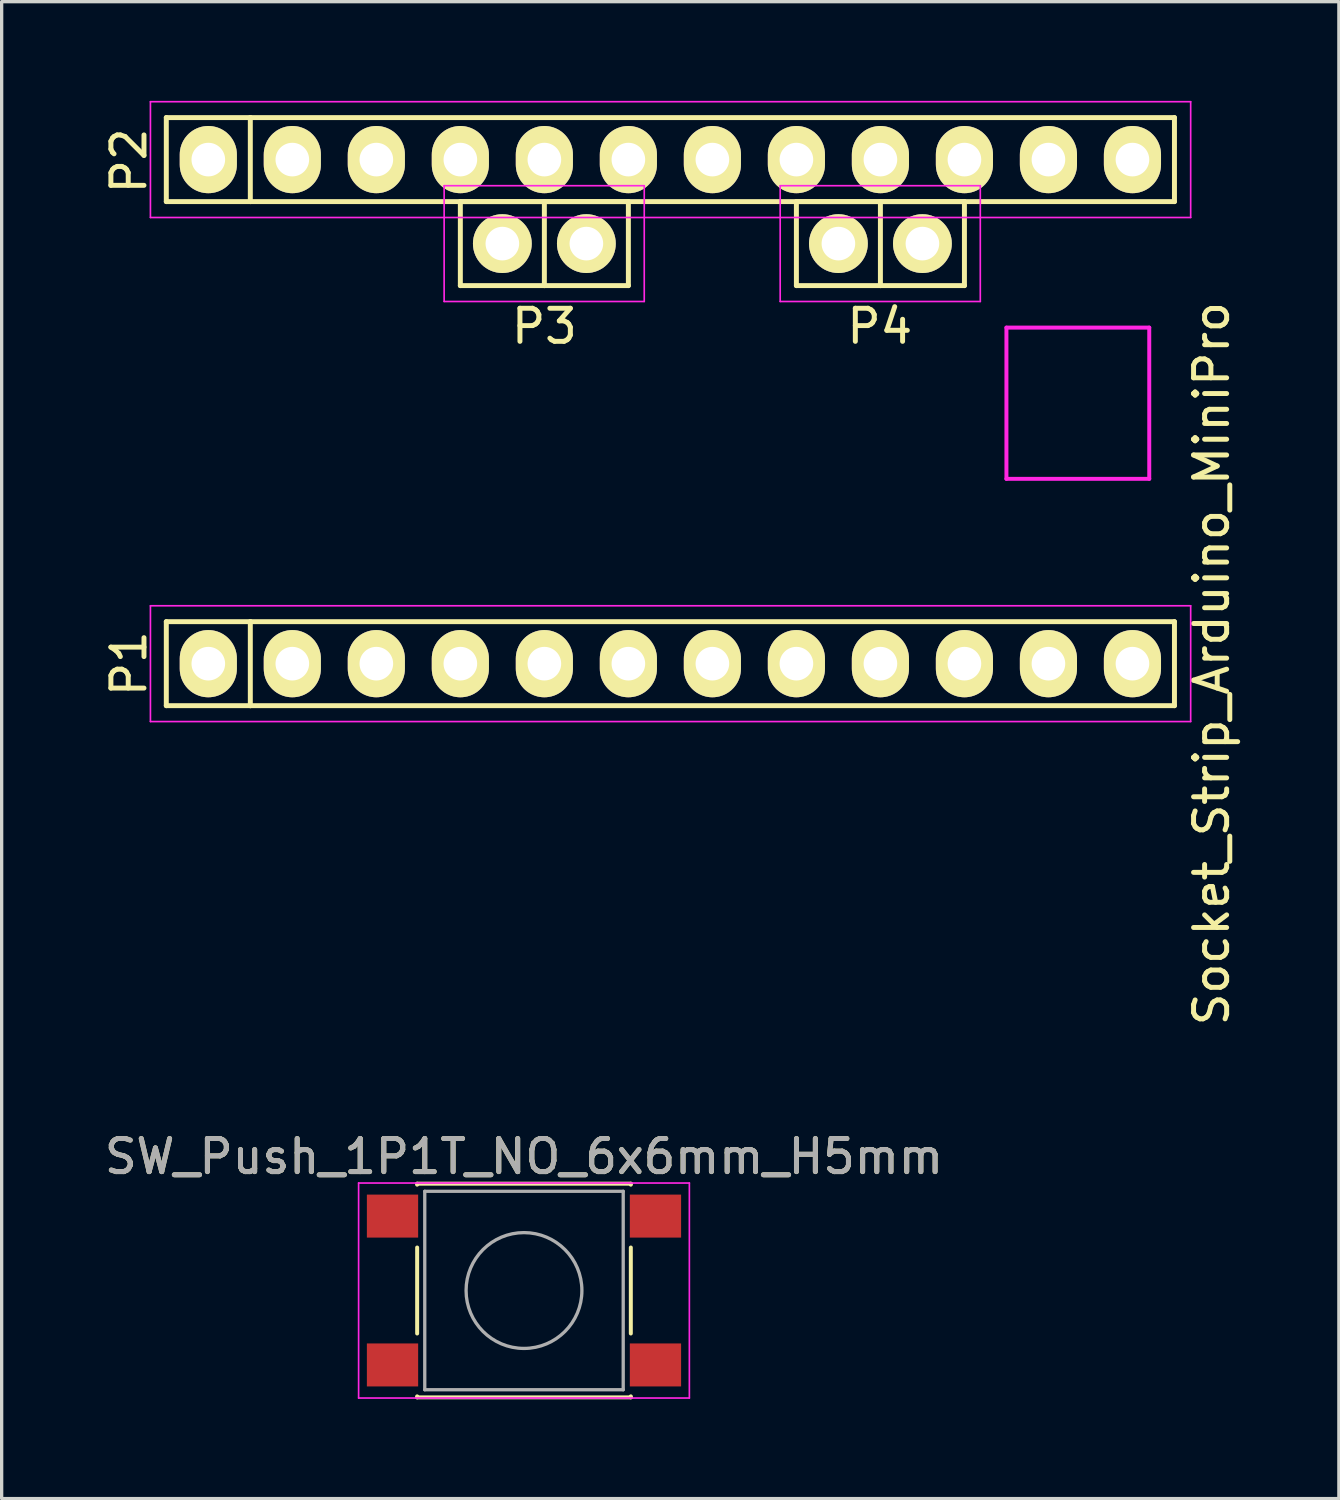
<source format=kicad_pcb>
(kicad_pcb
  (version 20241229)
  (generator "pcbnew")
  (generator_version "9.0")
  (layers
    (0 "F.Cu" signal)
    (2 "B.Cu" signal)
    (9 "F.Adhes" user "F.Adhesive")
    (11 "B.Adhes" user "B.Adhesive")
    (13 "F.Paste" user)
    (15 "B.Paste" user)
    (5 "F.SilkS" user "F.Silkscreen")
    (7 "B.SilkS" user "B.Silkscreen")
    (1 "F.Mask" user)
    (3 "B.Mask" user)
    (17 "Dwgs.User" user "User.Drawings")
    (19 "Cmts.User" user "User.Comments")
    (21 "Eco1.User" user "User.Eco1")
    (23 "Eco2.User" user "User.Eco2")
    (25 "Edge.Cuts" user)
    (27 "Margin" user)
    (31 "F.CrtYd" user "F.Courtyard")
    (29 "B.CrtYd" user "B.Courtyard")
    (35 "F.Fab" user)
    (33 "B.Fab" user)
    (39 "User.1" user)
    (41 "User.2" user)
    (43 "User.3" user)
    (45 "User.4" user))
  (footprint "SW_Push_1P1T_NO_6x6mm_H5mm"
    (layer "F.Cu")
    (at 12.792 35.967)
    (property "Reference" "SW_Push_1P1T_NO_6x6mm_H5mm" (at 0 -4.05 0) (layer "F.SilkS") (effects (font (size 1 1) (thickness 0.15))))
    (attr smd)
    (fp_line (start -3.23 -3.23) (end 3.23 -3.23) (stroke (width 0.12) (type solid)) (layer "F.SilkS"))
    (fp_line (start -3.23 -3.2) (end -3.23 -3.23) (stroke (width 0.12) (type solid)) (layer "F.SilkS"))
    (fp_line (start -3.23 -1.3) (end -3.23 1.3) (stroke (width 0.12) (type solid)) (layer "F.SilkS"))
    (fp_line (start -3.23 3.23) (end -3.23 3.2) (stroke (width 0.12) (type solid)) (layer "F.SilkS"))
    (fp_line (start -3.23 3.23) (end 3.23 3.23) (stroke (width 0.12) (type solid)) (layer "F.SilkS"))
    (fp_line (start 3.23 -3.23) (end 3.23 -3.2) (stroke (width 0.12) (type solid)) (layer "F.SilkS"))
    (fp_line (start 3.23 -1.3) (end 3.23 1.3) (stroke (width 0.12) (type solid)) (layer "F.SilkS"))
    (fp_line (start 3.23 3.23) (end 3.23 3.2) (stroke (width 0.12) (type solid)) (layer "F.SilkS"))
    (fp_line (start -5 -3.25) (end -5 3.25) (stroke (width 0.05) (type solid)) (layer "F.CrtYd"))
    (fp_line (start -5 -3.25) (end 5 -3.25) (stroke (width 0.05) (type solid)) (layer "F.CrtYd"))
    (fp_line (start -5 3.25) (end 5 3.25) (stroke (width 0.05) (type solid)) (layer "F.CrtYd"))
    (fp_line (start 5 3.25) (end 5 -3.25) (stroke (width 0.05) (type solid)) (layer "F.CrtYd"))
    (fp_line (start -3 -3) (end -3 3) (stroke (width 0.1) (type solid)) (layer "F.Fab"))
    (fp_line (start -3 3) (end 3 3) (stroke (width 0.1) (type solid)) (layer "F.Fab"))
    (fp_line (start 3 -3) (end -3 -3) (stroke (width 0.1) (type solid)) (layer "F.Fab"))
    (fp_line (start 3 3) (end 3 -3) (stroke (width 0.1) (type solid)) (layer "F.Fab"))
    (fp_circle (center 0 0) (end 1.75 -0.05) (stroke (width 0.1) (type solid)) (fill no) (layer "F.Fab"))
    (fp_text user "${REFERENCE}" (at 0 -4.05 0) (layer "F.Fab") (effects (font (size 1 1) (thickness 0.15))))
    (pad "1" smd rect (at -3.975 -2.25) (size 1.55 1.3) (layers "F.Cu" "F.Mask" "F.Paste"))
    (pad "1" smd rect (at 3.975 -2.25) (size 1.55 1.3) (layers "F.Cu" "F.Mask" "F.Paste"))
    (pad "2" smd rect (at -3.975 2.25) (size 1.55 1.3) (layers "F.Cu" "F.Mask" "F.Paste"))
    (pad "2" smd rect (at 3.975 2.25) (size 1.55 1.3) (layers "F.Cu" "F.Mask" "F.Paste")))
  (footprint "Socket_Strip_Arduino_MiniPro"
    (layer "F.Cu")
    (at 3.248 17.015)
    (property "Reference" "Socket_Strip_Arduino_MiniPro" (at 30.333 0 90) (layer "F.SilkS") (effects (font (size 1 1) (thickness 0.15))))
    (attr through_hole)
    (fp_line (start -1.27 -16.51) (end -1.27 -13.97) (stroke (width 0.15) (type solid)) (layer "F.SilkS"))
    (fp_line (start -1.27 -13.97) (end 1.27 -13.97) (stroke (width 0.15) (type solid)) (layer "F.SilkS"))
    (fp_line (start -1.27 -1.27) (end -1.27 1.27) (stroke (width 0.15) (type solid)) (layer "F.SilkS"))
    (fp_line (start -1.27 1.27) (end 1.27 1.27) (stroke (width 0.15) (type solid)) (layer "F.SilkS"))
    (fp_line (start 1.27 -16.51) (end -1.27 -16.51) (stroke (width 0.15) (type solid)) (layer "F.SilkS"))
    (fp_line (start 1.27 -13.97) (end 1.27 -16.51) (stroke (width 0.15) (type solid)) (layer "F.SilkS"))
    (fp_line (start 1.27 -13.97) (end 29.21 -13.97) (stroke (width 0.15) (type solid)) (layer "F.SilkS"))
    (fp_line (start 1.27 -1.27) (end -1.27 -1.27) (stroke (width 0.15) (type solid)) (layer "F.SilkS"))
    (fp_line (start 1.27 1.27) (end 1.27 -1.27) (stroke (width 0.15) (type solid)) (layer "F.SilkS"))
    (fp_line (start 1.27 1.27) (end 29.21 1.27) (stroke (width 0.15) (type solid)) (layer "F.SilkS"))
    (fp_line (start 7.62 -13.97) (end 10.16 -13.97) (stroke (width 0.15) (type solid)) (layer "F.SilkS"))
    (fp_line (start 7.62 -11.43) (end 7.62 -13.97) (stroke (width 0.15) (type solid)) (layer "F.SilkS"))
    (fp_line (start 10.16 -13.97) (end 10.16 -11.43) (stroke (width 0.15) (type solid)) (layer "F.SilkS"))
    (fp_line (start 10.16 -11.43) (end 7.62 -11.43) (stroke (width 0.15) (type solid)) (layer "F.SilkS"))
    (fp_line (start 10.16 -11.43) (end 12.7 -11.43) (stroke (width 0.15) (type solid)) (layer "F.SilkS"))
    (fp_line (start 12.7 -13.97) (end 10.16 -13.97) (stroke (width 0.15) (type solid)) (layer "F.SilkS"))
    (fp_line (start 12.7 -11.43) (end 12.7 -13.97) (stroke (width 0.15) (type solid)) (layer "F.SilkS"))
    (fp_line (start 17.78 -13.97) (end 20.32 -13.97) (stroke (width 0.15) (type solid)) (layer "F.SilkS"))
    (fp_line (start 17.78 -11.43) (end 17.78 -13.97) (stroke (width 0.15) (type solid)) (layer "F.SilkS"))
    (fp_line (start 20.32 -13.97) (end 20.32 -11.43) (stroke (width 0.15) (type solid)) (layer "F.SilkS"))
    (fp_line (start 20.32 -11.43) (end 17.78 -11.43) (stroke (width 0.15) (type solid)) (layer "F.SilkS"))
    (fp_line (start 20.32 -11.43) (end 22.86 -11.43) (stroke (width 0.15) (type solid)) (layer "F.SilkS"))
    (fp_line (start 22.86 -13.97) (end 20.32 -13.97) (stroke (width 0.15) (type solid)) (layer "F.SilkS"))
    (fp_line (start 22.86 -11.43) (end 22.86 -13.97) (stroke (width 0.15) (type solid)) (layer "F.SilkS"))
    (fp_line (start 29.21 -16.51) (end 1.27 -16.51) (stroke (width 0.15) (type solid)) (layer "F.SilkS"))
    (fp_line (start 29.21 -13.97) (end 29.21 -16.51) (stroke (width 0.15) (type solid)) (layer "F.SilkS"))
    (fp_line (start 29.21 -1.27) (end 1.27 -1.27) (stroke (width 0.15) (type solid)) (layer "F.SilkS"))
    (fp_line (start 29.21 1.27) (end 29.21 -1.27) (stroke (width 0.15) (type solid)) (layer "F.SilkS"))
    (fp_line (start -1.75 -16.99) (end -1.75 -13.49) (stroke (width 0.05) (type solid)) (layer "F.CrtYd"))
    (fp_line (start -1.75 -16.99) (end 29.7 -16.99) (stroke (width 0.05) (type solid)) (layer "F.CrtYd"))
    (fp_line (start -1.75 -13.49) (end 29.7 -13.49) (stroke (width 0.05) (type solid)) (layer "F.CrtYd"))
    (fp_line (start -1.75 -1.75) (end -1.75 1.75) (stroke (width 0.05) (type solid)) (layer "F.CrtYd"))
    (fp_line (start -1.75 -1.75) (end 29.7 -1.75) (stroke (width 0.05) (type solid)) (layer "F.CrtYd"))
    (fp_line (start -1.75 1.75) (end 29.7 1.75) (stroke (width 0.05) (type solid)) (layer "F.CrtYd"))
    (fp_line (start 7.13 -10.95) (end 7.13 -14.45) (stroke (width 0.05) (type solid)) (layer "F.CrtYd"))
    (fp_line (start 13.18 -14.45) (end 7.13 -14.45) (stroke (width 0.05) (type solid)) (layer "F.CrtYd"))
    (fp_line (start 13.18 -10.95) (end 7.13 -10.95) (stroke (width 0.05) (type solid)) (layer "F.CrtYd"))
    (fp_line (start 13.18 -10.95) (end 13.18 -14.45) (stroke (width 0.05) (type solid)) (layer "F.CrtYd"))
    (fp_line (start 17.29 -10.95) (end 17.29 -14.45) (stroke (width 0.05) (type solid)) (layer "F.CrtYd"))
    (fp_line (start 23.34 -14.45) (end 17.29 -14.45) (stroke (width 0.05) (type solid)) (layer "F.CrtYd"))
    (fp_line (start 23.34 -10.95) (end 17.29 -10.95) (stroke (width 0.05) (type solid)) (layer "F.CrtYd"))
    (fp_line (start 23.34 -10.95) (end 23.34 -14.45) (stroke (width 0.05) (type solid)) (layer "F.CrtYd"))
    (fp_line (start 24.13 -10.16) (end 28.448 -10.16) (stroke (width 0.12) (type solid)) (layer "F.CrtYd"))
    (fp_line (start 24.13 -5.588) (end 24.13 -10.16) (stroke (width 0.12) (type solid)) (layer "F.CrtYd"))
    (fp_line (start 28.448 -10.16) (end 28.448 -5.588) (stroke (width 0.12) (type solid)) (layer "F.CrtYd"))
    (fp_line (start 28.448 -5.588) (end 24.13 -5.588) (stroke (width 0.12) (type solid)) (layer "F.CrtYd"))
    (fp_line (start 29.7 -16.99) (end 29.7 -13.49) (stroke (width 0.05) (type solid)) (layer "F.CrtYd"))
    (fp_line (start 29.7 -1.75) (end 29.7 1.75) (stroke (width 0.05) (type solid)) (layer "F.CrtYd"))
    (fp_text user "P2" (at -2.4 -15.2 90) (layer "F.SilkS") (effects (font (size 1 1) (thickness 0.15))))
    (fp_text user "P3" (at 10.16 -10.2 0) (layer "F.SilkS") (effects (font (size 1 1) (thickness 0.15))))
    (fp_text user "P4" (at 20.3 -10.2 0) (layer "F.SilkS") (effects (font (size 1 1) (thickness 0.15))))
    (fp_text user "P1" (at -2.4 0 270) (layer "F.SilkS") (effects (font (size 1 1) (thickness 0.15))))
    (pad "1" thru_hole oval (at 0 0) (size 1.727 2.032) (drill 1.016) (layers "*.Cu" "*.Mask" "F.SilkS"))
    (pad "2" thru_hole oval (at 2.54 0) (size 1.727 2.032) (drill 1.016) (layers "*.Cu" "*.Mask" "F.SilkS"))
    (pad "3" thru_hole oval (at 5.08 0) (size 1.727 2.032) (drill 1.016) (layers "*.Cu" "*.Mask" "F.SilkS"))
    (pad "4" thru_hole oval (at 7.62 0) (size 1.727 2.032) (drill 1.016) (layers "*.Cu" "*.Mask" "F.SilkS"))
    (pad "5" thru_hole oval (at 10.16 0) (size 1.727 2.032) (drill 1.016) (layers "*.Cu" "*.Mask" "F.SilkS"))
    (pad "6" thru_hole oval (at 12.7 0) (size 1.727 2.032) (drill 1.016) (layers "*.Cu" "*.Mask" "F.SilkS"))
    (pad "7" thru_hole oval (at 15.24 0) (size 1.727 2.032) (drill 1.016) (layers "*.Cu" "*.Mask" "F.SilkS"))
    (pad "8" thru_hole oval (at 17.78 0) (size 1.727 2.032) (drill 1.016) (layers "*.Cu" "*.Mask" "F.SilkS"))
    (pad "9" thru_hole oval (at 20.32 0) (size 1.727 2.032) (drill 1.016) (layers "*.Cu" "*.Mask" "F.SilkS"))
    (pad "10" thru_hole oval (at 22.86 0) (size 1.727 2.032) (drill 1.016) (layers "*.Cu" "*.Mask" "F.SilkS"))
    (pad "11" thru_hole oval (at 25.4 0) (size 1.727 2.032) (drill 1.016) (layers "*.Cu" "*.Mask" "F.SilkS"))
    (pad "12" thru_hole oval (at 27.94 0) (size 1.727 2.032) (drill 1.016) (layers "*.Cu" "*.Mask" "F.SilkS"))
    (pad "13" thru_hole oval (at 27.94 -15.24) (size 1.727 2.032) (drill 1.016) (layers "*.Cu" "*.Mask" "F.SilkS"))
    (pad "14" thru_hole oval (at 25.4 -15.24) (size 1.727 2.032) (drill 1.016) (layers "*.Cu" "*.Mask" "F.SilkS"))
    (pad "15" thru_hole oval (at 22.86 -15.24) (size 1.727 2.032) (drill 1.016) (layers "*.Cu" "*.Mask" "F.SilkS"))
    (pad "16" thru_hole oval (at 20.32 -15.24) (size 1.727 2.032) (drill 1.016) (layers "*.Cu" "*.Mask" "F.SilkS"))
    (pad "17" thru_hole oval (at 17.78 -15.24) (size 1.727 2.032) (drill 1.016) (layers "*.Cu" "*.Mask" "F.SilkS"))
    (pad "18" thru_hole oval (at 15.24 -15.24) (size 1.727 2.032) (drill 1.016) (layers "*.Cu" "*.Mask" "F.SilkS"))
    (pad "19" thru_hole oval (at 12.7 -15.24) (size 1.727 2.032) (drill 1.016) (layers "*.Cu" "*.Mask" "F.SilkS"))
    (pad "20" thru_hole oval (at 10.16 -15.24) (size 1.727 2.032) (drill 1.016) (layers "*.Cu" "*.Mask" "F.SilkS"))
    (pad "21" thru_hole oval (at 7.62 -15.24) (size 1.727 2.032) (drill 1.016) (layers "*.Cu" "*.Mask" "F.SilkS"))
    (pad "22" thru_hole oval (at 5.08 -15.24) (size 1.727 2.032) (drill 1.016) (layers "*.Cu" "*.Mask" "F.SilkS"))
    (pad "23" thru_hole oval (at 2.54 -15.24) (size 1.727 2.032) (drill 1.016) (layers "*.Cu" "*.Mask" "F.SilkS"))
    (pad "24" thru_hole oval (at 0 -15.24) (size 1.727 2.032) (drill 1.016) (layers "*.Cu" "*.Mask" "F.SilkS"))
    (pad "25" thru_hole circle (at 11.43 -12.7) (size 1.778 1.778) (drill 1.016) (layers "*.Cu" "*.Mask" "F.SilkS"))
    (pad "26" thru_hole circle (at 8.89 -12.7) (size 1.778 1.778) (drill 1.016) (layers "*.Cu" "*.Mask" "F.SilkS"))
    (pad "27" thru_hole circle (at 21.59 -12.7) (size 1.778 1.778) (drill 1.016) (layers "*.Cu" "*.Mask" "F.SilkS"))
    (pad "28" thru_hole circle (at 19.05 -12.7) (size 1.778 1.778) (drill 1.016) (layers "*.Cu" "*.Mask" "F.SilkS")))
  (gr_rect
    (start -3 -3)
    (end 37.429 42.257)
    (stroke (width 0.1) (type default))
    (fill no)
    (layer "Edge.Cuts")))
</source>
